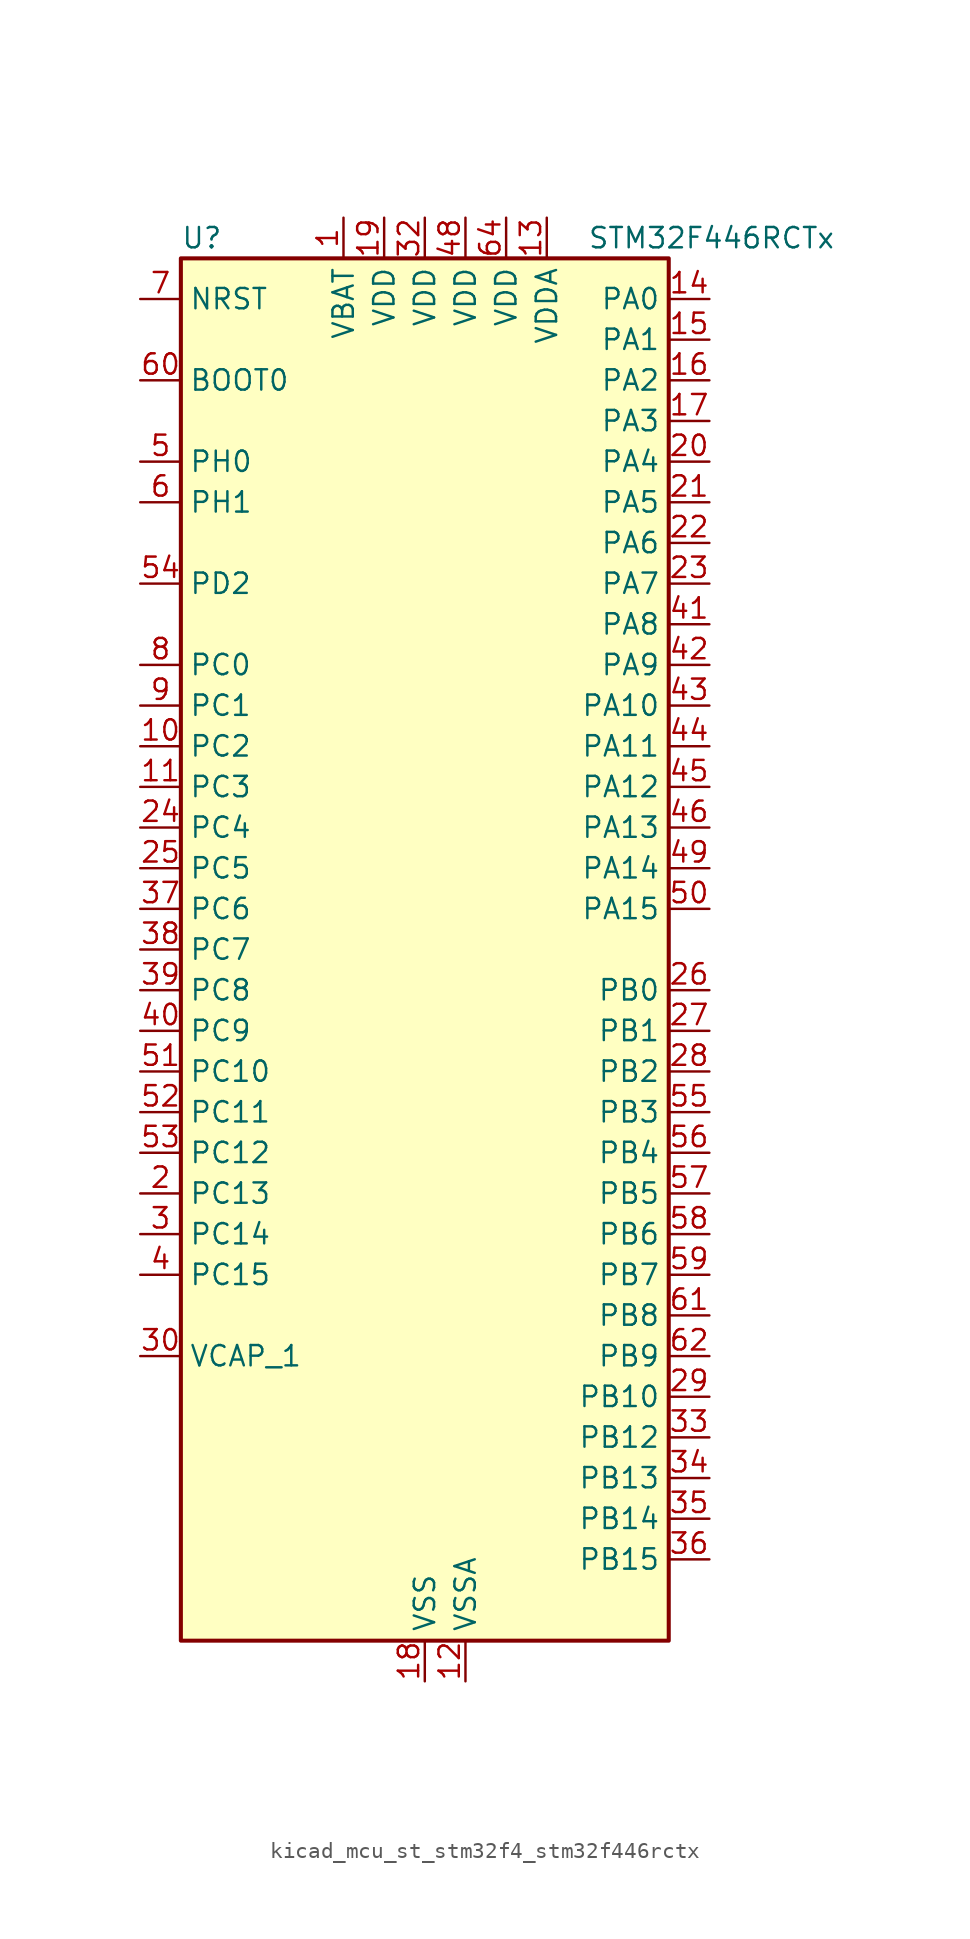
<source format=kicad_sym>
(kicad_symbol_lib
  (version 20220914)
  (generator kicad_symbol_editor)
  (symbol "kicad_mcu_st_stm32f4_stm32f446rctx"
    (property "Reference" "U"
      (at -15.24 44.45 0)
      (effects (font (size 1.27 1.27)) (justify left)))
    (property "Value" "STM32F446RCTx"
      (at 10.16 44.45 0)
      (effects (font (size 1.27 1.27)) (justify left)))
    (property "ki_locked" ""
      (at 0 0 0)
      (effects (font (size 1.27 1.27))))
    (symbol "kicad_mcu_st_stm32f4_stm32f446rctx_0_1"
      (rectangle (start -15.24 -43.18) (end 15.24 43.18) (stroke (width 0.254) (type default)) (fill (type background))))
    (symbol "kicad_mcu_st_stm32f4_stm32f446rctx_1_1"
      (pin power_in line (at -5.08 45.72 270) (length 2.54) (name "VBAT" (effects (font (size 1.27 1.27)))) (number "1" (effects (font (size 1.27 1.27)))))
      (pin bidirectional line (at -17.78 12.7 0) (length 2.54) (name "PC2" (effects (font (size 1.27 1.27)))) (number "10" (effects (font (size 1.27 1.27)))) (alternate "ADC1_IN12" bidirectional line) (alternate "ADC2_IN12" bidirectional line) (alternate "ADC3_IN12" bidirectional line) (alternate "SPI2_MISO" bidirectional line) (alternate "USB_OTG_HS_ULPI_DIR" bidirectional line))
      (pin bidirectional line (at -17.78 10.16 0) (length 2.54) (name "PC3" (effects (font (size 1.27 1.27)))) (number "11" (effects (font (size 1.27 1.27)))) (alternate "ADC1_IN13" bidirectional line) (alternate "ADC2_IN13" bidirectional line) (alternate "ADC3_IN13" bidirectional line) (alternate "I2S2_SD" bidirectional line) (alternate "SPI2_MOSI" bidirectional line) (alternate "USB_OTG_HS_ULPI_NXT" bidirectional line))
      (pin power_in line (at 2.54 -45.72 90) (length 2.54) (name "VSSA" (effects (font (size 1.27 1.27)))) (number "12" (effects (font (size 1.27 1.27)))))
      (pin power_in line (at 7.62 45.72 270) (length 2.54) (name "VDDA" (effects (font (size 1.27 1.27)))) (number "13" (effects (font (size 1.27 1.27)))))
      (pin bidirectional line (at 17.78 40.64 180) (length 2.54) (name "PA0" (effects (font (size 1.27 1.27)))) (number "14" (effects (font (size 1.27 1.27)))) (alternate "ADC1_IN0" bidirectional line) (alternate "ADC2_IN0" bidirectional line) (alternate "ADC3_IN0" bidirectional line) (alternate "RTC_AF2" bidirectional line) (alternate "SYS_WKUP0" bidirectional line) (alternate "TIM2_CH1" bidirectional line) (alternate "TIM2_ETR" bidirectional line) (alternate "TIM5_CH1" bidirectional line) (alternate "TIM8_ETR" bidirectional line) (alternate "UART4_TX" bidirectional line) (alternate "USART2_CTS" bidirectional line))
      (pin bidirectional line (at 17.78 38.1 180) (length 2.54) (name "PA1" (effects (font (size 1.27 1.27)))) (number "15" (effects (font (size 1.27 1.27)))) (alternate "ADC1_IN1" bidirectional line) (alternate "ADC2_IN1" bidirectional line) (alternate "ADC3_IN1" bidirectional line) (alternate "QUADSPI_BK1_IO3" bidirectional line) (alternate "TIM2_CH2" bidirectional line) (alternate "TIM5_CH2" bidirectional line) (alternate "UART4_RX" bidirectional line) (alternate "USART2_RTS" bidirectional line))
      (pin bidirectional line (at 17.78 35.56 180) (length 2.54) (name "PA2" (effects (font (size 1.27 1.27)))) (number "16" (effects (font (size 1.27 1.27)))) (alternate "ADC1_IN2" bidirectional line) (alternate "ADC2_IN2" bidirectional line) (alternate "ADC3_IN2" bidirectional line) (alternate "TIM2_CH3" bidirectional line) (alternate "TIM5_CH3" bidirectional line) (alternate "TIM9_CH1" bidirectional line) (alternate "USART2_TX" bidirectional line))
      (pin bidirectional line (at 17.78 33.02 180) (length 2.54) (name "PA3" (effects (font (size 1.27 1.27)))) (number "17" (effects (font (size 1.27 1.27)))) (alternate "ADC1_IN3" bidirectional line) (alternate "ADC2_IN3" bidirectional line) (alternate "ADC3_IN3" bidirectional line) (alternate "SAI1_FS_A" bidirectional line) (alternate "TIM2_CH4" bidirectional line) (alternate "TIM5_CH4" bidirectional line) (alternate "TIM9_CH2" bidirectional line) (alternate "USART2_RX" bidirectional line) (alternate "USB_OTG_HS_ULPI_D0" bidirectional line))
      (pin power_in line (at 0 -45.72 90) (length 2.54) (name "VSS" (effects (font (size 1.27 1.27)))) (number "18" (effects (font (size 1.27 1.27)))))
      (pin power_in line (at -2.54 45.72 270) (length 2.54) (name "VDD" (effects (font (size 1.27 1.27)))) (number "19" (effects (font (size 1.27 1.27)))))
      (pin bidirectional line (at -17.78 -15.24 0) (length 2.54) (name "PC13" (effects (font (size 1.27 1.27)))) (number "2" (effects (font (size 1.27 1.27)))) (alternate "RTC_AF1" bidirectional line) (alternate "SYS_WKUP1" bidirectional line))
      (pin bidirectional line (at 17.78 30.48 180) (length 2.54) (name "PA4" (effects (font (size 1.27 1.27)))) (number "20" (effects (font (size 1.27 1.27)))) (alternate "ADC1_IN4" bidirectional line) (alternate "ADC2_IN4" bidirectional line) (alternate "DAC_OUT1" bidirectional line) (alternate "DCMI_HSYNC" bidirectional line) (alternate "I2S1_WS" bidirectional line) (alternate "I2S3_WS" bidirectional line) (alternate "SPI1_NSS" bidirectional line) (alternate "SPI3_NSS" bidirectional line) (alternate "USART2_CK" bidirectional line) (alternate "USB_OTG_HS_SOF" bidirectional line))
      (pin bidirectional line (at 17.78 27.94 180) (length 2.54) (name "PA5" (effects (font (size 1.27 1.27)))) (number "21" (effects (font (size 1.27 1.27)))) (alternate "ADC1_IN5" bidirectional line) (alternate "ADC2_IN5" bidirectional line) (alternate "DAC_OUT2" bidirectional line) (alternate "I2S1_CK" bidirectional line) (alternate "SPI1_SCK" bidirectional line) (alternate "TIM2_CH1" bidirectional line) (alternate "TIM2_ETR" bidirectional line) (alternate "TIM8_CH1N" bidirectional line) (alternate "USB_OTG_HS_ULPI_CK" bidirectional line))
      (pin bidirectional line (at 17.78 25.4 180) (length 2.54) (name "PA6" (effects (font (size 1.27 1.27)))) (number "22" (effects (font (size 1.27 1.27)))) (alternate "ADC1_IN6" bidirectional line) (alternate "ADC2_IN6" bidirectional line) (alternate "DCMI_PIXCLK" bidirectional line) (alternate "I2S2_MCK" bidirectional line) (alternate "SPI1_MISO" bidirectional line) (alternate "TIM13_CH1" bidirectional line) (alternate "TIM1_BKIN" bidirectional line) (alternate "TIM3_CH1" bidirectional line) (alternate "TIM8_BKIN" bidirectional line))
      (pin bidirectional line (at 17.78 22.86 180) (length 2.54) (name "PA7" (effects (font (size 1.27 1.27)))) (number "23" (effects (font (size 1.27 1.27)))) (alternate "ADC1_IN7" bidirectional line) (alternate "ADC2_IN7" bidirectional line) (alternate "I2S1_SD" bidirectional line) (alternate "SPI1_MOSI" bidirectional line) (alternate "TIM14_CH1" bidirectional line) (alternate "TIM1_CH1N" bidirectional line) (alternate "TIM3_CH2" bidirectional line) (alternate "TIM8_CH1N" bidirectional line))
      (pin bidirectional line (at -17.78 7.62 0) (length 2.54) (name "PC4" (effects (font (size 1.27 1.27)))) (number "24" (effects (font (size 1.27 1.27)))) (alternate "ADC1_IN14" bidirectional line) (alternate "ADC2_IN14" bidirectional line) (alternate "I2S1_MCK" bidirectional line) (alternate "SPDIFRX_IN2" bidirectional line))
      (pin bidirectional line (at -17.78 5.08 0) (length 2.54) (name "PC5" (effects (font (size 1.27 1.27)))) (number "25" (effects (font (size 1.27 1.27)))) (alternate "ADC1_IN15" bidirectional line) (alternate "ADC2_IN15" bidirectional line) (alternate "SPDIFRX_IN3" bidirectional line) (alternate "USART3_RX" bidirectional line))
      (pin bidirectional line (at 17.78 -2.54 180) (length 2.54) (name "PB0" (effects (font (size 1.27 1.27)))) (number "26" (effects (font (size 1.27 1.27)))) (alternate "ADC1_IN8" bidirectional line) (alternate "ADC2_IN8" bidirectional line) (alternate "I2S3_SD" bidirectional line) (alternate "SDIO_D1" bidirectional line) (alternate "SPI3_MOSI" bidirectional line) (alternate "TIM1_CH2N" bidirectional line) (alternate "TIM3_CH3" bidirectional line) (alternate "TIM8_CH2N" bidirectional line) (alternate "UART4_CTS" bidirectional line) (alternate "USB_OTG_HS_ULPI_D1" bidirectional line))
      (pin bidirectional line (at 17.78 -5.08 180) (length 2.54) (name "PB1" (effects (font (size 1.27 1.27)))) (number "27" (effects (font (size 1.27 1.27)))) (alternate "ADC1_IN9" bidirectional line) (alternate "ADC2_IN9" bidirectional line) (alternate "SDIO_D2" bidirectional line) (alternate "TIM1_CH3N" bidirectional line) (alternate "TIM3_CH4" bidirectional line) (alternate "TIM8_CH3N" bidirectional line) (alternate "USB_OTG_HS_ULPI_D2" bidirectional line))
      (pin bidirectional line (at 17.78 -7.62 180) (length 2.54) (name "PB2" (effects (font (size 1.27 1.27)))) (number "28" (effects (font (size 1.27 1.27)))) (alternate "I2S3_SD" bidirectional line) (alternate "QUADSPI_CLK" bidirectional line) (alternate "SAI1_SD_A" bidirectional line) (alternate "SDIO_CK" bidirectional line) (alternate "SPI3_MOSI" bidirectional line) (alternate "TIM2_CH4" bidirectional line) (alternate "USB_OTG_HS_ULPI_D4" bidirectional line))
      (pin bidirectional line (at 17.78 -27.94 180) (length 2.54) (name "PB10" (effects (font (size 1.27 1.27)))) (number "29" (effects (font (size 1.27 1.27)))) (alternate "I2C2_SCL" bidirectional line) (alternate "I2S2_CK" bidirectional line) (alternate "SAI1_SCK_A" bidirectional line) (alternate "SPI2_SCK" bidirectional line) (alternate "TIM2_CH3" bidirectional line) (alternate "USART3_TX" bidirectional line) (alternate "USB_OTG_HS_ULPI_D3" bidirectional line))
      (pin bidirectional line (at -17.78 -17.78 0) (length 2.54) (name "PC14" (effects (font (size 1.27 1.27)))) (number "3" (effects (font (size 1.27 1.27)))) (alternate "RCC_OSC32_IN" bidirectional line))
      (pin power_out line (at -17.78 -25.4 0) (length 2.54) (name "VCAP_1" (effects (font (size 1.27 1.27)))) (number "30" (effects (font (size 1.27 1.27)))))
      (pin passive line (at 0 -45.72 90) (length 2.54) hide (name "VSS" (effects (font (size 1.27 1.27)))) (number "31" (effects (font (size 1.27 1.27)))))
      (pin power_in line (at 0 45.72 270) (length 2.54) (name "VDD" (effects (font (size 1.27 1.27)))) (number "32" (effects (font (size 1.27 1.27)))))
      (pin bidirectional line (at 17.78 -30.48 180) (length 2.54) (name "PB12" (effects (font (size 1.27 1.27)))) (number "33" (effects (font (size 1.27 1.27)))) (alternate "CAN2_RX" bidirectional line) (alternate "I2C2_SMBA" bidirectional line) (alternate "I2S2_WS" bidirectional line) (alternate "SAI1_SCK_B" bidirectional line) (alternate "SPI2_NSS" bidirectional line) (alternate "TIM1_BKIN" bidirectional line) (alternate "USART3_CK" bidirectional line) (alternate "USB_OTG_HS_ID" bidirectional line) (alternate "USB_OTG_HS_ULPI_D5" bidirectional line))
      (pin bidirectional line (at 17.78 -33.02 180) (length 2.54) (name "PB13" (effects (font (size 1.27 1.27)))) (number "34" (effects (font (size 1.27 1.27)))) (alternate "CAN2_TX" bidirectional line) (alternate "I2S2_CK" bidirectional line) (alternate "SPI2_SCK" bidirectional line) (alternate "TIM1_CH1N" bidirectional line) (alternate "USART3_CTS" bidirectional line) (alternate "USB_OTG_HS_ULPI_D6" bidirectional line) (alternate "USB_OTG_HS_VBUS" bidirectional line))
      (pin bidirectional line (at 17.78 -35.56 180) (length 2.54) (name "PB14" (effects (font (size 1.27 1.27)))) (number "35" (effects (font (size 1.27 1.27)))) (alternate "SPI2_MISO" bidirectional line) (alternate "TIM12_CH1" bidirectional line) (alternate "TIM1_CH2N" bidirectional line) (alternate "TIM8_CH2N" bidirectional line) (alternate "USART3_RTS" bidirectional line) (alternate "USB_OTG_HS_DM" bidirectional line))
      (pin bidirectional line (at 17.78 -38.1 180) (length 2.54) (name "PB15" (effects (font (size 1.27 1.27)))) (number "36" (effects (font (size 1.27 1.27)))) (alternate "ADC1_EXTI15" bidirectional line) (alternate "ADC2_EXTI15" bidirectional line) (alternate "ADC3_EXTI15" bidirectional line) (alternate "I2S2_SD" bidirectional line) (alternate "RTC_REFIN" bidirectional line) (alternate "SPI2_MOSI" bidirectional line) (alternate "TIM12_CH2" bidirectional line) (alternate "TIM1_CH3N" bidirectional line) (alternate "TIM8_CH3N" bidirectional line) (alternate "USB_OTG_HS_DP" bidirectional line))
      (pin bidirectional line (at -17.78 2.54 0) (length 2.54) (name "PC6" (effects (font (size 1.27 1.27)))) (number "37" (effects (font (size 1.27 1.27)))) (alternate "DCMI_D0" bidirectional line) (alternate "FMPI2C1_SCL" bidirectional line) (alternate "I2S2_MCK" bidirectional line) (alternate "SDIO_D6" bidirectional line) (alternate "TIM3_CH1" bidirectional line) (alternate "TIM8_CH1" bidirectional line) (alternate "USART6_TX" bidirectional line))
      (pin bidirectional line (at -17.78 0 0) (length 2.54) (name "PC7" (effects (font (size 1.27 1.27)))) (number "38" (effects (font (size 1.27 1.27)))) (alternate "DCMI_D1" bidirectional line) (alternate "FMPI2C1_SDA" bidirectional line) (alternate "I2S2_CK" bidirectional line) (alternate "I2S3_MCK" bidirectional line) (alternate "SDIO_D7" bidirectional line) (alternate "SPDIFRX_IN1" bidirectional line) (alternate "SPI2_SCK" bidirectional line) (alternate "TIM3_CH2" bidirectional line) (alternate "TIM8_CH2" bidirectional line) (alternate "USART6_RX" bidirectional line))
      (pin bidirectional line (at -17.78 -2.54 0) (length 2.54) (name "PC8" (effects (font (size 1.27 1.27)))) (number "39" (effects (font (size 1.27 1.27)))) (alternate "DCMI_D2" bidirectional line) (alternate "SDIO_D0" bidirectional line) (alternate "SYS_TRACED0" bidirectional line) (alternate "TIM3_CH3" bidirectional line) (alternate "TIM8_CH3" bidirectional line) (alternate "UART5_RTS" bidirectional line) (alternate "USART6_CK" bidirectional line))
      (pin bidirectional line (at -17.78 -20.32 0) (length 2.54) (name "PC15" (effects (font (size 1.27 1.27)))) (number "4" (effects (font (size 1.27 1.27)))) (alternate "ADC1_EXTI15" bidirectional line) (alternate "ADC2_EXTI15" bidirectional line) (alternate "ADC3_EXTI15" bidirectional line) (alternate "RCC_OSC32_OUT" bidirectional line))
      (pin bidirectional line (at -17.78 -5.08 0) (length 2.54) (name "PC9" (effects (font (size 1.27 1.27)))) (number "40" (effects (font (size 1.27 1.27)))) (alternate "DAC_EXTI9" bidirectional line) (alternate "DCMI_D3" bidirectional line) (alternate "I2C3_SDA" bidirectional line) (alternate "I2S_CKIN" bidirectional line) (alternate "QUADSPI_BK1_IO0" bidirectional line) (alternate "RCC_MCO_2" bidirectional line) (alternate "SDIO_D1" bidirectional line) (alternate "TIM3_CH4" bidirectional line) (alternate "TIM8_CH4" bidirectional line) (alternate "UART5_CTS" bidirectional line))
      (pin bidirectional line (at 17.78 20.32 180) (length 2.54) (name "PA8" (effects (font (size 1.27 1.27)))) (number "41" (effects (font (size 1.27 1.27)))) (alternate "I2C3_SCL" bidirectional line) (alternate "RCC_MCO_1" bidirectional line) (alternate "TIM1_CH1" bidirectional line) (alternate "USART1_CK" bidirectional line) (alternate "USB_OTG_FS_SOF" bidirectional line))
      (pin bidirectional line (at 17.78 17.78 180) (length 2.54) (name "PA9" (effects (font (size 1.27 1.27)))) (number "42" (effects (font (size 1.27 1.27)))) (alternate "DAC_EXTI9" bidirectional line) (alternate "DCMI_D0" bidirectional line) (alternate "I2C3_SMBA" bidirectional line) (alternate "I2S2_CK" bidirectional line) (alternate "SAI1_SD_B" bidirectional line) (alternate "SPI2_SCK" bidirectional line) (alternate "TIM1_CH2" bidirectional line) (alternate "USART1_TX" bidirectional line) (alternate "USB_OTG_FS_VBUS" bidirectional line))
      (pin bidirectional line (at 17.78 15.24 180) (length 2.54) (name "PA10" (effects (font (size 1.27 1.27)))) (number "43" (effects (font (size 1.27 1.27)))) (alternate "DCMI_D1" bidirectional line) (alternate "TIM1_CH3" bidirectional line) (alternate "USART1_RX" bidirectional line) (alternate "USB_OTG_FS_ID" bidirectional line))
      (pin bidirectional line (at 17.78 12.7 180) (length 2.54) (name "PA11" (effects (font (size 1.27 1.27)))) (number "44" (effects (font (size 1.27 1.27)))) (alternate "ADC1_EXTI11" bidirectional line) (alternate "ADC2_EXTI11" bidirectional line) (alternate "ADC3_EXTI11" bidirectional line) (alternate "CAN1_RX" bidirectional line) (alternate "TIM1_CH4" bidirectional line) (alternate "USART1_CTS" bidirectional line) (alternate "USB_OTG_FS_DM" bidirectional line))
      (pin bidirectional line (at 17.78 10.16 180) (length 2.54) (name "PA12" (effects (font (size 1.27 1.27)))) (number "45" (effects (font (size 1.27 1.27)))) (alternate "CAN1_TX" bidirectional line) (alternate "TIM1_ETR" bidirectional line) (alternate "USART1_RTS" bidirectional line) (alternate "USB_OTG_FS_DP" bidirectional line))
      (pin bidirectional line (at 17.78 7.62 180) (length 2.54) (name "PA13" (effects (font (size 1.27 1.27)))) (number "46" (effects (font (size 1.27 1.27)))) (alternate "SYS_JTMS-SWDIO" bidirectional line))
      (pin passive line (at 0 -45.72 90) (length 2.54) hide (name "VSS" (effects (font (size 1.27 1.27)))) (number "47" (effects (font (size 1.27 1.27)))))
      (pin power_in line (at 2.54 45.72 270) (length 2.54) (name "VDD" (effects (font (size 1.27 1.27)))) (number "48" (effects (font (size 1.27 1.27)))))
      (pin bidirectional line (at 17.78 5.08 180) (length 2.54) (name "PA14" (effects (font (size 1.27 1.27)))) (number "49" (effects (font (size 1.27 1.27)))) (alternate "SYS_JTCK-SWCLK" bidirectional line))
      (pin bidirectional line (at -17.78 30.48 0) (length 2.54) (name "PH0" (effects (font (size 1.27 1.27)))) (number "5" (effects (font (size 1.27 1.27)))) (alternate "RCC_OSC_IN" bidirectional line))
      (pin bidirectional line (at 17.78 2.54 180) (length 2.54) (name "PA15" (effects (font (size 1.27 1.27)))) (number "50" (effects (font (size 1.27 1.27)))) (alternate "ADC1_EXTI15" bidirectional line) (alternate "ADC2_EXTI15" bidirectional line) (alternate "ADC3_EXTI15" bidirectional line) (alternate "CEC" bidirectional line) (alternate "I2S1_WS" bidirectional line) (alternate "I2S3_WS" bidirectional line) (alternate "SPI1_NSS" bidirectional line) (alternate "SPI3_NSS" bidirectional line) (alternate "SYS_JTDI" bidirectional line) (alternate "TIM2_CH1" bidirectional line) (alternate "TIM2_ETR" bidirectional line) (alternate "UART4_RTS" bidirectional line))
      (pin bidirectional line (at -17.78 -7.62 0) (length 2.54) (name "PC10" (effects (font (size 1.27 1.27)))) (number "51" (effects (font (size 1.27 1.27)))) (alternate "DCMI_D8" bidirectional line) (alternate "I2S3_CK" bidirectional line) (alternate "QUADSPI_BK1_IO1" bidirectional line) (alternate "SDIO_D2" bidirectional line) (alternate "SPI3_SCK" bidirectional line) (alternate "UART4_TX" bidirectional line) (alternate "USART3_TX" bidirectional line))
      (pin bidirectional line (at -17.78 -10.16 0) (length 2.54) (name "PC11" (effects (font (size 1.27 1.27)))) (number "52" (effects (font (size 1.27 1.27)))) (alternate "ADC1_EXTI11" bidirectional line) (alternate "ADC2_EXTI11" bidirectional line) (alternate "ADC3_EXTI11" bidirectional line) (alternate "DCMI_D4" bidirectional line) (alternate "QUADSPI_BK2_NCS" bidirectional line) (alternate "SDIO_D3" bidirectional line) (alternate "SPI3_MISO" bidirectional line) (alternate "UART4_RX" bidirectional line) (alternate "USART3_RX" bidirectional line))
      (pin bidirectional line (at -17.78 -12.7 0) (length 2.54) (name "PC12" (effects (font (size 1.27 1.27)))) (number "53" (effects (font (size 1.27 1.27)))) (alternate "DCMI_D9" bidirectional line) (alternate "I2C2_SDA" bidirectional line) (alternate "I2S3_SD" bidirectional line) (alternate "SDIO_CK" bidirectional line) (alternate "SPI3_MOSI" bidirectional line) (alternate "UART5_TX" bidirectional line) (alternate "USART3_CK" bidirectional line))
      (pin bidirectional line (at -17.78 22.86 0) (length 2.54) (name "PD2" (effects (font (size 1.27 1.27)))) (number "54" (effects (font (size 1.27 1.27)))) (alternate "DCMI_D11" bidirectional line) (alternate "SDIO_CMD" bidirectional line) (alternate "TIM3_ETR" bidirectional line) (alternate "UART5_RX" bidirectional line))
      (pin bidirectional line (at 17.78 -10.16 180) (length 2.54) (name "PB3" (effects (font (size 1.27 1.27)))) (number "55" (effects (font (size 1.27 1.27)))) (alternate "I2C2_SDA" bidirectional line) (alternate "I2S1_CK" bidirectional line) (alternate "I2S3_CK" bidirectional line) (alternate "SPI1_SCK" bidirectional line) (alternate "SPI3_SCK" bidirectional line) (alternate "SYS_JTDO-SWO" bidirectional line) (alternate "TIM2_CH2" bidirectional line))
      (pin bidirectional line (at 17.78 -12.7 180) (length 2.54) (name "PB4" (effects (font (size 1.27 1.27)))) (number "56" (effects (font (size 1.27 1.27)))) (alternate "I2C3_SDA" bidirectional line) (alternate "I2S2_WS" bidirectional line) (alternate "SPI1_MISO" bidirectional line) (alternate "SPI2_NSS" bidirectional line) (alternate "SPI3_MISO" bidirectional line) (alternate "SYS_JTRST" bidirectional line) (alternate "TIM3_CH1" bidirectional line))
      (pin bidirectional line (at 17.78 -15.24 180) (length 2.54) (name "PB5" (effects (font (size 1.27 1.27)))) (number "57" (effects (font (size 1.27 1.27)))) (alternate "CAN2_RX" bidirectional line) (alternate "DCMI_D10" bidirectional line) (alternate "I2C1_SMBA" bidirectional line) (alternate "I2S1_SD" bidirectional line) (alternate "I2S3_SD" bidirectional line) (alternate "SPI1_MOSI" bidirectional line) (alternate "SPI3_MOSI" bidirectional line) (alternate "TIM3_CH2" bidirectional line) (alternate "USB_OTG_HS_ULPI_D7" bidirectional line))
      (pin bidirectional line (at 17.78 -17.78 180) (length 2.54) (name "PB6" (effects (font (size 1.27 1.27)))) (number "58" (effects (font (size 1.27 1.27)))) (alternate "CAN2_TX" bidirectional line) (alternate "CEC" bidirectional line) (alternate "DCMI_D5" bidirectional line) (alternate "I2C1_SCL" bidirectional line) (alternate "QUADSPI_BK1_NCS" bidirectional line) (alternate "TIM4_CH1" bidirectional line) (alternate "USART1_TX" bidirectional line))
      (pin bidirectional line (at 17.78 -20.32 180) (length 2.54) (name "PB7" (effects (font (size 1.27 1.27)))) (number "59" (effects (font (size 1.27 1.27)))) (alternate "DCMI_VSYNC" bidirectional line) (alternate "I2C1_SDA" bidirectional line) (alternate "SPDIFRX_IN0" bidirectional line) (alternate "TIM4_CH2" bidirectional line) (alternate "USART1_RX" bidirectional line))
      (pin bidirectional line (at -17.78 27.94 0) (length 2.54) (name "PH1" (effects (font (size 1.27 1.27)))) (number "6" (effects (font (size 1.27 1.27)))) (alternate "RCC_OSC_OUT" bidirectional line))
      (pin input line (at -17.78 35.56 0) (length 2.54) (name "BOOT0" (effects (font (size 1.27 1.27)))) (number "60" (effects (font (size 1.27 1.27)))))
      (pin bidirectional line (at 17.78 -22.86 180) (length 2.54) (name "PB8" (effects (font (size 1.27 1.27)))) (number "61" (effects (font (size 1.27 1.27)))) (alternate "CAN1_RX" bidirectional line) (alternate "DCMI_D6" bidirectional line) (alternate "I2C1_SCL" bidirectional line) (alternate "SDIO_D4" bidirectional line) (alternate "TIM10_CH1" bidirectional line) (alternate "TIM2_CH1" bidirectional line) (alternate "TIM2_ETR" bidirectional line) (alternate "TIM4_CH3" bidirectional line))
      (pin bidirectional line (at 17.78 -25.4 180) (length 2.54) (name "PB9" (effects (font (size 1.27 1.27)))) (number "62" (effects (font (size 1.27 1.27)))) (alternate "CAN1_TX" bidirectional line) (alternate "DAC_EXTI9" bidirectional line) (alternate "DCMI_D7" bidirectional line) (alternate "I2C1_SDA" bidirectional line) (alternate "I2S2_WS" bidirectional line) (alternate "SAI1_FS_B" bidirectional line) (alternate "SDIO_D5" bidirectional line) (alternate "SPI2_NSS" bidirectional line) (alternate "TIM11_CH1" bidirectional line) (alternate "TIM2_CH2" bidirectional line) (alternate "TIM4_CH4" bidirectional line))
      (pin passive line (at 0 -45.72 90) (length 2.54) hide (name "VSS" (effects (font (size 1.27 1.27)))) (number "63" (effects (font (size 1.27 1.27)))))
      (pin power_in line (at 5.08 45.72 270) (length 2.54) (name "VDD" (effects (font (size 1.27 1.27)))) (number "64" (effects (font (size 1.27 1.27)))))
      (pin input line (at -17.78 40.64 0) (length 2.54) (name "NRST" (effects (font (size 1.27 1.27)))) (number "7" (effects (font (size 1.27 1.27)))))
      (pin bidirectional line (at -17.78 17.78 0) (length 2.54) (name "PC0" (effects (font (size 1.27 1.27)))) (number "8" (effects (font (size 1.27 1.27)))) (alternate "ADC1_IN10" bidirectional line) (alternate "ADC2_IN10" bidirectional line) (alternate "ADC3_IN10" bidirectional line) (alternate "SAI1_MCLK_B" bidirectional line) (alternate "USB_OTG_HS_ULPI_STP" bidirectional line))
      (pin bidirectional line (at -17.78 15.24 0) (length 2.54) (name "PC1" (effects (font (size 1.27 1.27)))) (number "9" (effects (font (size 1.27 1.27)))) (alternate "ADC1_IN11" bidirectional line) (alternate "ADC2_IN11" bidirectional line) (alternate "ADC3_IN11" bidirectional line) (alternate "I2S2_SD" bidirectional line) (alternate "I2S3_SD" bidirectional line) (alternate "SAI1_SD_A" bidirectional line) (alternate "SPI2_MOSI" bidirectional line) (alternate "SPI3_MOSI" bidirectional line)))))
</source>
